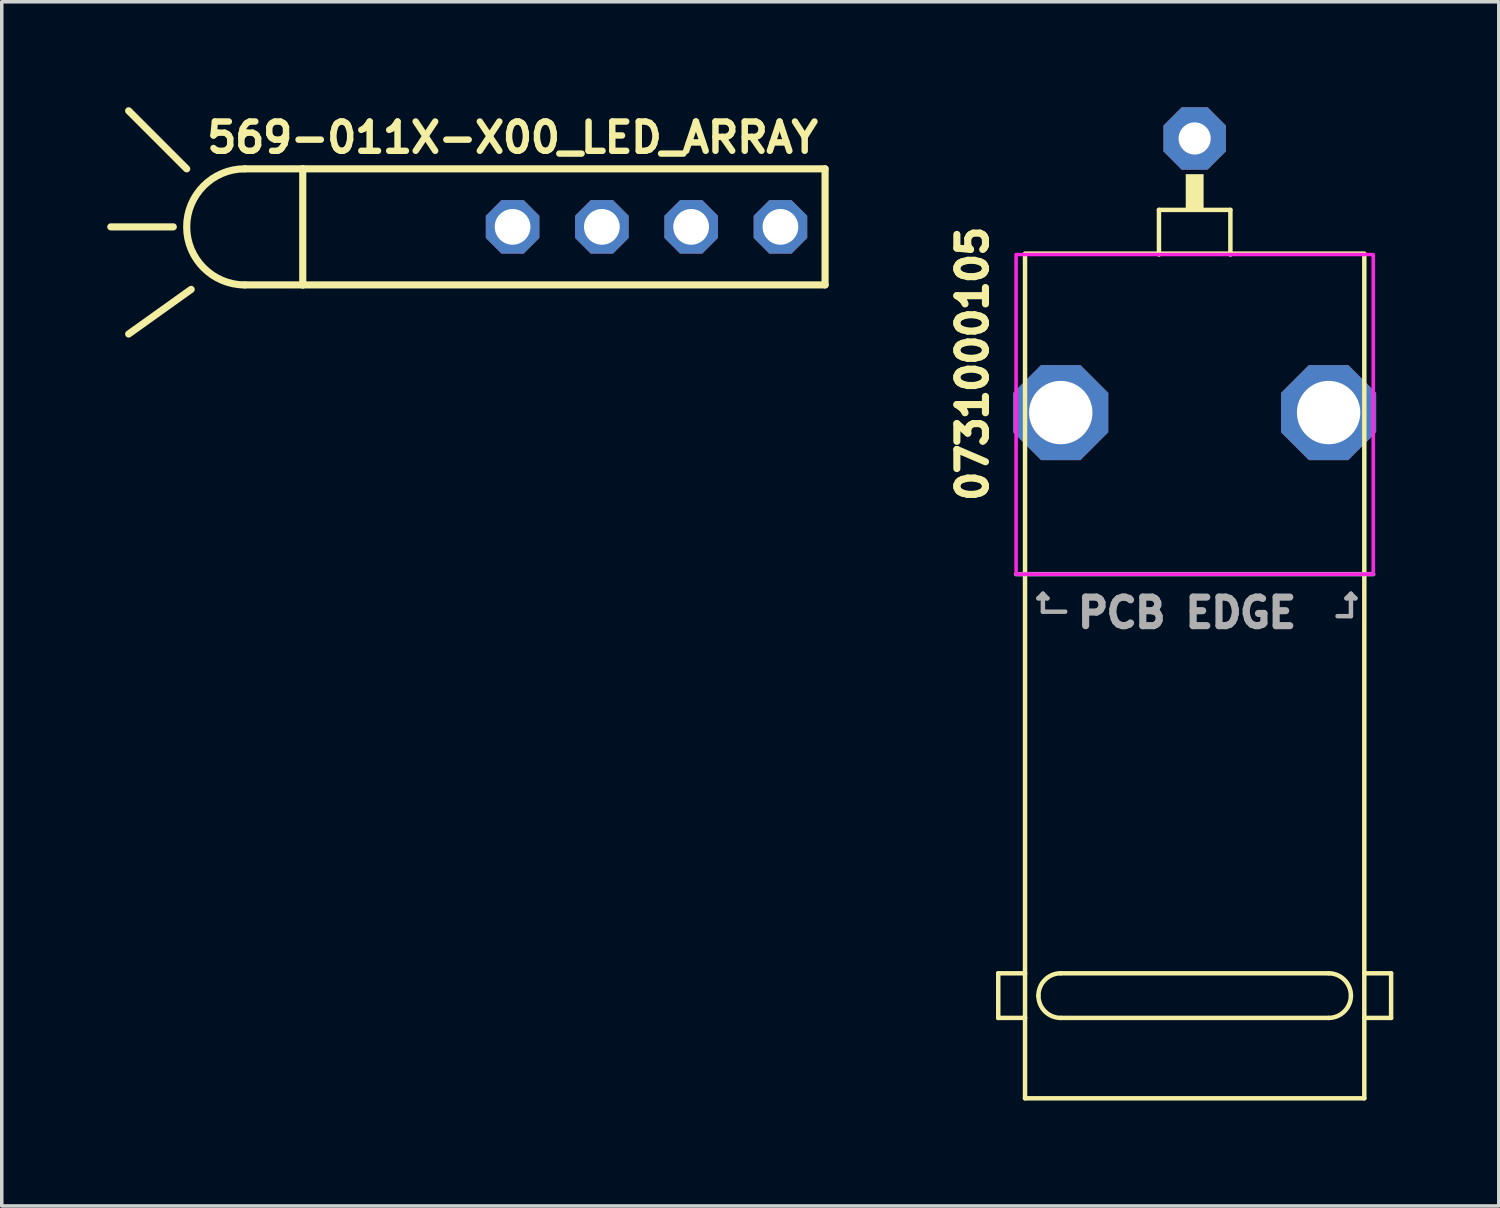
<source format=kicad_pcb>
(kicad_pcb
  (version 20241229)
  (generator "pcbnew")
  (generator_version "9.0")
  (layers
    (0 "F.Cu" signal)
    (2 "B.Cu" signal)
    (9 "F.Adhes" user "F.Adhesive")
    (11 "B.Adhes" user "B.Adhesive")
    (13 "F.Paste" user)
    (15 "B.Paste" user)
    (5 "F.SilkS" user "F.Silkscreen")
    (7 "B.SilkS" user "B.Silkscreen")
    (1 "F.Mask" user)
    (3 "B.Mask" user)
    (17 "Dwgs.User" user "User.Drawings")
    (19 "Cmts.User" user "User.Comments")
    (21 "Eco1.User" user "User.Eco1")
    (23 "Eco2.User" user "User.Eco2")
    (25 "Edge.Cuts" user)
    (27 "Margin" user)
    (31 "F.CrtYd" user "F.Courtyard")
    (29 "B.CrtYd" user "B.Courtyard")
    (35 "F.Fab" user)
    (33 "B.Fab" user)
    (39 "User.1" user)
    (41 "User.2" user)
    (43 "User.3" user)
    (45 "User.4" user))
  (footprint "0731000105"
    (layer "F.Cu")
    (at 30.936 13.284)
    (property "Reference" "0731000105" (at -5.842 -1.981 90) (layer "F.SilkS") (effects (font (size 0.813 0.813) (thickness 0.203)) (justify left bottom)))
    (fp_line (start -5.588 11.354) (end -4.826 11.354) (stroke (width 0.127) (type solid)) (layer "F.SilkS"))
    (fp_line (start -5.588 12.624) (end -5.588 11.354) (stroke (width 0.127) (type solid)) (layer "F.SilkS"))
    (fp_line (start -4.826 -9.119) (end 4.826 -9.119) (stroke (width 0.127) (type solid)) (layer "F.SilkS"))
    (fp_line (start -4.826 -9.093) (end -4.826 11.354) (stroke (width 0.127) (type solid)) (layer "F.SilkS"))
    (fp_line (start -4.826 11.354) (end -4.826 12.624) (stroke (width 0.127) (type solid)) (layer "F.SilkS"))
    (fp_line (start -4.826 12.624) (end -5.588 12.624) (stroke (width 0.127) (type solid)) (layer "F.SilkS"))
    (fp_line (start -4.826 12.624) (end -4.826 14.91) (stroke (width 0.127) (type solid)) (layer "F.SilkS"))
    (fp_line (start -4.826 14.91) (end 4.826 14.91) (stroke (width 0.127) (type solid)) (layer "F.SilkS"))
    (fp_line (start -3.81 11.354) (end 3.81 11.354) (stroke (width 0.127) (type solid)) (layer "F.SilkS"))
    (fp_line (start -1.016 -10.363) (end 1.016 -10.363) (stroke (width 0.127) (type solid)) (layer "F.SilkS"))
    (fp_line (start -1.016 -9.093) (end -1.016 -10.363) (stroke (width 0.127) (type solid)) (layer "F.SilkS"))
    (fp_line (start 1.016 -10.363) (end 1.016 -9.093) (stroke (width 0.127) (type solid)) (layer "F.SilkS"))
    (fp_line (start 3.81 12.624) (end -3.81 12.624) (stroke (width 0.127) (type solid)) (layer "F.SilkS"))
    (fp_line (start 4.826 11.354) (end 5.588 11.354) (stroke (width 0.127) (type solid)) (layer "F.SilkS"))
    (fp_line (start 4.826 14.91) (end 4.826 -9.093) (stroke (width 0.127) (type solid)) (layer "F.SilkS"))
    (fp_line (start 5.588 11.354) (end 5.588 12.624) (stroke (width 0.127) (type solid)) (layer "F.SilkS"))
    (fp_line (start 5.588 12.624) (end 4.826 12.624) (stroke (width 0.127) (type solid)) (layer "F.SilkS"))
    (fp_arc (start -4.445 11.9888) (mid -4.259013 11.539787) (end -3.81 11.3538) (stroke (width 0.127) (type solid)) (layer "F.SilkS"))
    (fp_arc (start -3.81 12.6238) (mid -4.259013 12.437813) (end -4.445 11.9888) (stroke (width 0.127) (type solid)) (layer "F.SilkS"))
    (fp_arc (start 3.81 11.3538) (mid 4.259013 11.539787) (end 4.445 11.9888) (stroke (width 0.127) (type solid)) (layer "F.SilkS"))
    (fp_arc (start 4.445 11.9888) (mid 4.259013 12.437813) (end 3.81 12.6238) (stroke (width 0.127) (type solid)) (layer "F.SilkS"))
    (fp_poly (pts (xy -0.254 -10.363) (xy 0.254 -10.363) (xy 0.254 -11.379) (xy -0.254 -11.379)) (stroke (width 0) (type solid)) (fill yes) (layer "F.SilkS"))
    (fp_poly (pts (xy -5.08 0) (xy 5.08 0) (xy 5.08 -9.093) (xy -5.08 -9.093)) (stroke (width 0.1) (type solid)) (fill no) (layer "F.CrtYd"))
    (fp_line (start -5.08 0) (end 5.08 0) (stroke (width 0.127) (type solid)) (layer "F.Fab"))
    (fp_line (start -4.318 0.559) (end -4.445 0.686) (stroke (width 0.127) (type solid)) (layer "F.Fab"))
    (fp_line (start -4.318 1.067) (end -4.318 0.559) (stroke (width 0.127) (type solid)) (layer "F.Fab"))
    (fp_line (start -4.191 0.686) (end -4.445 0.686) (stroke (width 0.127) (type solid)) (layer "F.Fab"))
    (fp_line (start -4.191 0.686) (end -4.318 0.559) (stroke (width 0.127) (type solid)) (layer "F.Fab"))
    (fp_line (start -3.683 1.067) (end -4.318 1.067) (stroke (width 0.127) (type solid)) (layer "F.Fab"))
    (fp_line (start 4.064 1.194) (end 4.445 1.194) (stroke (width 0.127) (type solid)) (layer "F.Fab"))
    (fp_line (start 4.318 0.686) (end 4.572 0.686) (stroke (width 0.127) (type solid)) (layer "F.Fab"))
    (fp_line (start 4.445 0.559) (end 4.318 0.686) (stroke (width 0.127) (type solid)) (layer "F.Fab"))
    (fp_line (start 4.445 1.194) (end 4.445 0.559) (stroke (width 0.127) (type solid)) (layer "F.Fab"))
    (fp_line (start 4.572 0.686) (end 4.445 0.559) (stroke (width 0.127) (type solid)) (layer "F.Fab"))
    (fp_text user "PCB EDGE" (at -3.429 1.575 0) (layer "F.Fab") (effects (font (size 0.813 0.813) (thickness 0.203)) (justify left bottom)))
    (pad "1" thru_hole roundrect (at 0 -12.395) (size 1.778 1.778) (drill 0.914) (layers "*.Cu" "*.Mask") (roundrect_rratio 0.25) (chamfer_ratio 0.293) (chamfer top_left top_right bottom_left bottom_right))
    (pad "2" thru_hole roundrect (at -3.81 -4.597) (size 2.705 2.705) (drill 1.803) (layers "*.Cu" "*.Mask") (roundrect_rratio 0.25) (chamfer_ratio 0.293) (chamfer top_left top_right bottom_left bottom_right))
    (pad "3" thru_hole roundrect (at 3.81 -4.597) (size 2.705 2.705) (drill 1.803) (layers "*.Cu" "*.Mask") (roundrect_rratio 0.25) (chamfer_ratio 0.293) (chamfer top_left top_right bottom_left bottom_right)))
  (footprint "569-011X-X00_LED_ARRAY"
    (layer "F.Cu")
    (at 20.422 3.404)
    (property "Reference" "569-011X-X00_LED_ARRAY" (at -8.89 -2.54 0) (layer "F.SilkS") (effects (font (size 0.833 0.833) (thickness 0.183))))
    (fp_line (start -18.542 0) (end -20.32 0) (stroke (width 0.203) (type solid)) (layer "F.SilkS"))
    (fp_line (start -18.161 -1.651) (end -19.812 -3.302) (stroke (width 0.203) (type solid)) (layer "F.SilkS"))
    (fp_line (start -18.034 1.778) (end -19.812 3.048) (stroke (width 0.203) (type solid)) (layer "F.SilkS"))
    (fp_line (start -14.859 -1.651) (end -16.51 -1.651) (stroke (width 0.203) (type solid)) (layer "F.SilkS"))
    (fp_line (start -14.859 -1.651) (end -14.859 1.651) (stroke (width 0.203) (type solid)) (layer "F.SilkS"))
    (fp_line (start -14.859 1.651) (end -16.51 1.651) (stroke (width 0.203) (type solid)) (layer "F.SilkS"))
    (fp_line (start 0 -1.651) (end -14.859 -1.651) (stroke (width 0.203) (type solid)) (layer "F.SilkS"))
    (fp_line (start 0 -1.651) (end 0 1.651) (stroke (width 0.203) (type solid)) (layer "F.SilkS"))
    (fp_line (start 0 1.651) (end -14.859 1.651) (stroke (width 0.203) (type solid)) (layer "F.SilkS"))
    (fp_arc (start -16.51 1.651) (mid -18.161 0) (end -16.51 -1.651) (stroke (width 0.2032) (type solid)) (layer "F.SilkS"))
    (pad "A1" thru_hole roundrect (at -6.35 0) (size 1.524 1.524) (drill 1.016) (layers "*.Cu" "*.Mask") (roundrect_rratio 0.25) (chamfer_ratio 0.293) (chamfer top_left top_right bottom_left bottom_right))
    (pad "A2" thru_hole roundrect (at -1.27 0) (size 1.524 1.524) (drill 1.016) (layers "*.Cu" "*.Mask") (roundrect_rratio 0.25) (chamfer_ratio 0.293) (chamfer top_left top_right bottom_left bottom_right))
    (pad "C1" thru_hole roundrect (at -8.89 0) (size 1.524 1.524) (drill 1.016) (layers "*.Cu" "*.Mask") (roundrect_rratio 0.25) (chamfer_ratio 0.293) (chamfer top_left top_right bottom_left bottom_right))
    (pad "C2" thru_hole roundrect (at -3.81 0) (size 1.524 1.524) (drill 1.016) (layers "*.Cu" "*.Mask") (roundrect_rratio 0.25) (chamfer_ratio 0.293) (chamfer top_left top_right bottom_left bottom_right)))
  (gr_rect
    (start -3 -3)
    (end 39.587 31.258)
    (stroke (width 0.1) (type default))
    (fill no)
    (layer "Edge.Cuts")))
</source>
